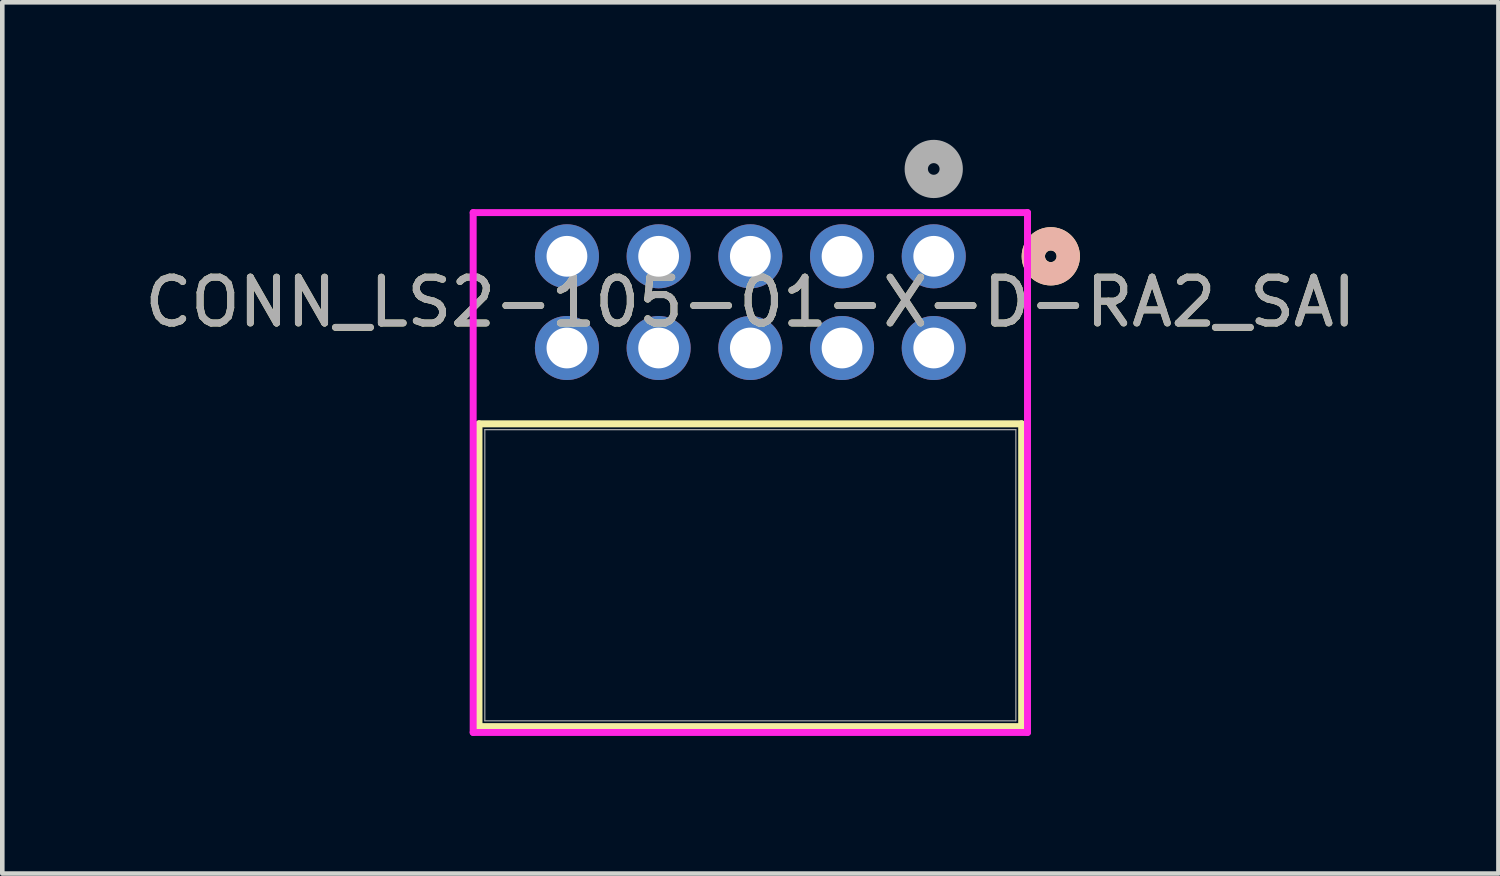
<source format=kicad_pcb>
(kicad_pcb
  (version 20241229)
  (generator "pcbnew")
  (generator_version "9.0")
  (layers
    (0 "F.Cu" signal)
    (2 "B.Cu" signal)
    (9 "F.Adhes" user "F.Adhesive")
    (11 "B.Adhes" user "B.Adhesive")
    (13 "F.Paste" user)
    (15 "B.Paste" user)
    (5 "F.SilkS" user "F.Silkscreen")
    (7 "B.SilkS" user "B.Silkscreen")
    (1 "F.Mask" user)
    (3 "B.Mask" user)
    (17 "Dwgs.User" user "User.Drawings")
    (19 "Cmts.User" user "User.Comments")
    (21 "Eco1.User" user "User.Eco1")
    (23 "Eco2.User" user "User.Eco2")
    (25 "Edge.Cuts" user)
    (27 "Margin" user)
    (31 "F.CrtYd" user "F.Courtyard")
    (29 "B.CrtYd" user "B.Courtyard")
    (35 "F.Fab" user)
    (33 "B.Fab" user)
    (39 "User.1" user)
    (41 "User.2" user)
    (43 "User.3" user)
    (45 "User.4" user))
  (footprint "CONN_LS2-105-01-X-D-RA2_SAI"
    (layer "F.Cu")
    (at 17.315 2.54)
    (property "Reference" "CONN_LS2-105-01-X-D-RA2_SAI" (at -4 1 0) (unlocked yes) (layer "F.SilkS") (effects (font (size 1 1) (thickness 0.15))))
    (attr through_hole)
    (fp_line (start -9.918 3.654) (end -9.918 10.258) (stroke (width 0.152) (type solid)) (layer "F.SilkS"))
    (fp_line (start -9.918 10.258) (end 1.918 10.258) (stroke (width 0.152) (type solid)) (layer "F.SilkS"))
    (fp_line (start 1.918 3.654) (end -9.918 3.654) (stroke (width 0.152) (type solid)) (layer "F.SilkS"))
    (fp_line (start 1.918 10.258) (end 1.918 3.654) (stroke (width 0.152) (type solid)) (layer "F.SilkS"))
    (fp_circle (center 2.553 0) (end 2.934 0) (stroke (width 0.508) (type solid)) (fill no) (layer "F.SilkS"))
    (fp_circle (center 2.553 0) (end 2.934 0) (stroke (width 0.508) (type solid)) (fill no) (layer "B.SilkS"))
    (fp_line (start -10.045 -0.953) (end -10.045 10.385) (stroke (width 0.152) (type solid)) (layer "F.CrtYd"))
    (fp_line (start -10.045 10.385) (end 2.045 10.385) (stroke (width 0.152) (type solid)) (layer "F.CrtYd"))
    (fp_line (start 2.045 -0.953) (end -10.045 -0.953) (stroke (width 0.152) (type solid)) (layer "F.CrtYd"))
    (fp_line (start 2.045 10.385) (end 2.045 -0.953) (stroke (width 0.152) (type solid)) (layer "F.CrtYd"))
    (fp_line (start -9.791 3.781) (end -9.791 10.131) (stroke (width 0.025) (type solid)) (layer "F.Fab"))
    (fp_line (start -9.791 10.131) (end 1.791 10.131) (stroke (width 0.025) (type solid)) (layer "F.Fab"))
    (fp_line (start 1.791 3.781) (end -9.791 3.781) (stroke (width 0.025) (type solid)) (layer "F.Fab"))
    (fp_line (start 1.791 10.131) (end 1.791 3.781) (stroke (width 0.025) (type solid)) (layer "F.Fab"))
    (fp_circle (center 0 -1.905) (end 0.381 -1.905) (stroke (width 0.508) (type solid)) (fill no) (layer "F.Fab"))
    (fp_text user "${REFERENCE}" (at -4 1 0) (unlocked yes) (layer "F.Fab") (effects (font (size 1 1) (thickness 0.15))))
    (pad "1" thru_hole circle (at 0 -0.000001) (size 1.397 1.397) (drill 0.889) (layers "*.Cu" "*.Mask"))
    (pad "2" thru_hole circle (at 0 2) (size 1.397 1.397) (drill 0.889) (layers "*.Cu" "*.Mask"))
    (pad "3" thru_hole circle (at -2 -0.000001) (size 1.397 1.397) (drill 0.889) (layers "*.Cu" "*.Mask"))
    (pad "4" thru_hole circle (at -2 2) (size 1.397 1.397) (drill 0.889) (layers "*.Cu" "*.Mask"))
    (pad "5" thru_hole circle (at -4 -0.000001) (size 1.397 1.397) (drill 0.889) (layers "*.Cu" "*.Mask"))
    (pad "6" thru_hole circle (at -4 2) (size 1.397 1.397) (drill 0.889) (layers "*.Cu" "*.Mask"))
    (pad "7" thru_hole circle (at -6 -0.000001) (size 1.397 1.397) (drill 0.889) (layers "*.Cu" "*.Mask"))
    (pad "8" thru_hole circle (at -6 2) (size 1.397 1.397) (drill 0.889) (layers "*.Cu" "*.Mask"))
    (pad "9" thru_hole circle (at -8 -0.000001) (size 1.397 1.397) (drill 0.889) (layers "*.Cu" "*.Mask"))
    (pad "10" thru_hole circle (at -8 2) (size 1.397 1.397) (drill 0.889) (layers "*.Cu" "*.Mask")))
  (gr_rect
    (start -3 -3)
    (end 29.631 16.002)
    (stroke (width 0.1) (type default))
    (fill no)
    (layer "Edge.Cuts")))
</source>
